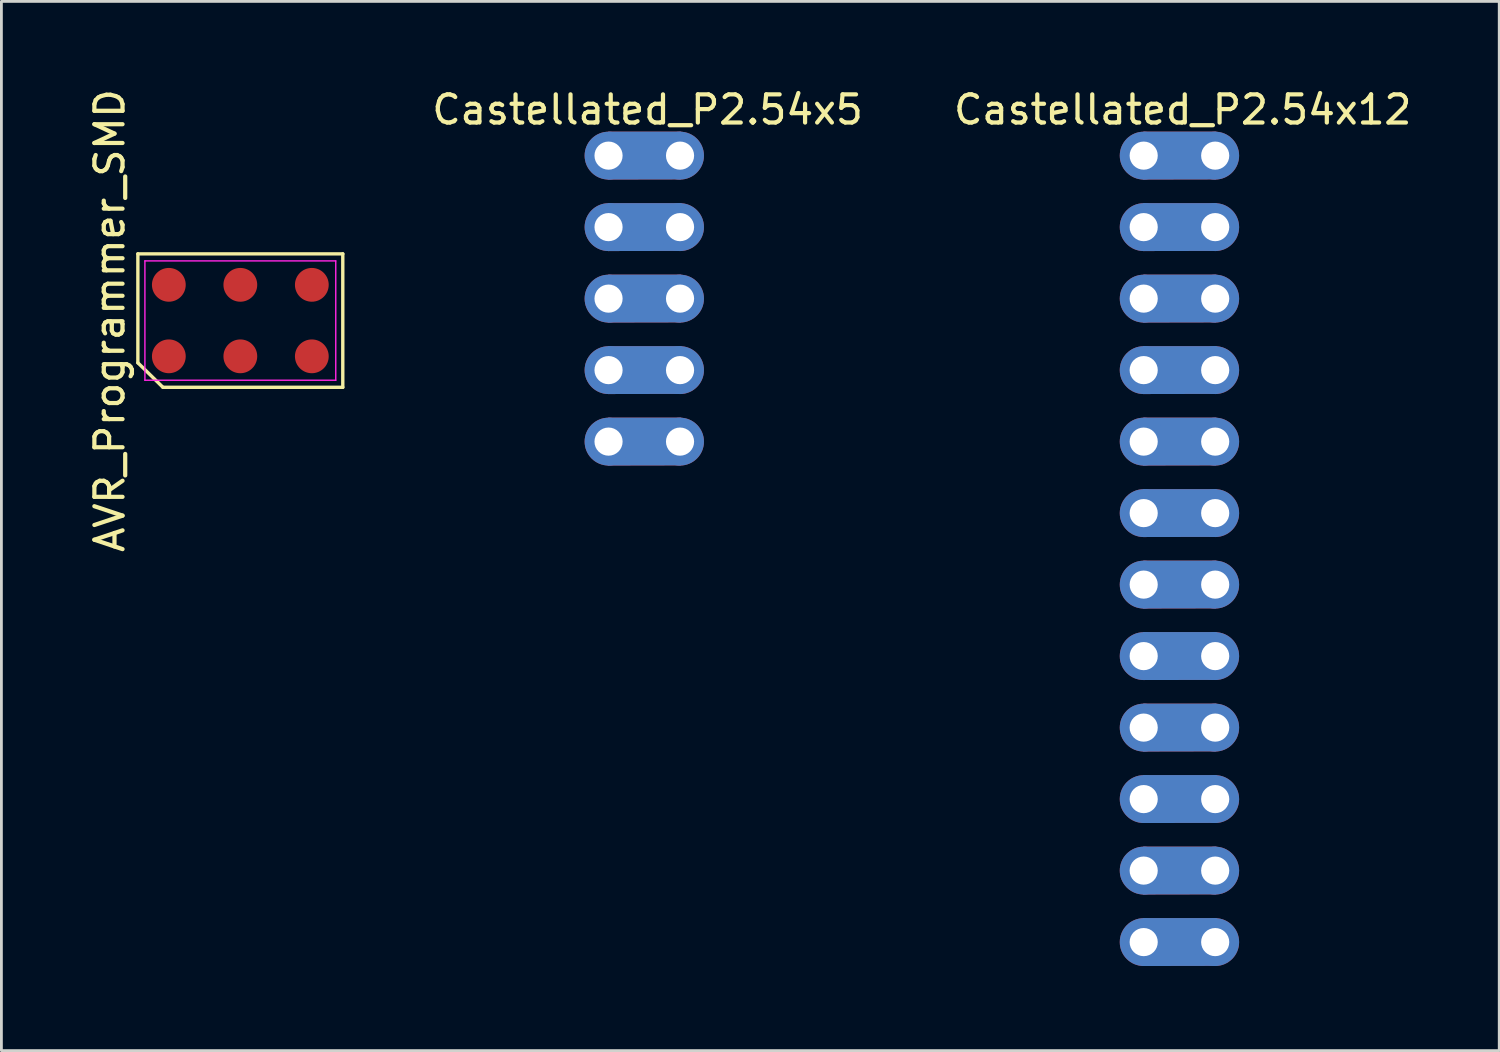
<source format=kicad_pcb>
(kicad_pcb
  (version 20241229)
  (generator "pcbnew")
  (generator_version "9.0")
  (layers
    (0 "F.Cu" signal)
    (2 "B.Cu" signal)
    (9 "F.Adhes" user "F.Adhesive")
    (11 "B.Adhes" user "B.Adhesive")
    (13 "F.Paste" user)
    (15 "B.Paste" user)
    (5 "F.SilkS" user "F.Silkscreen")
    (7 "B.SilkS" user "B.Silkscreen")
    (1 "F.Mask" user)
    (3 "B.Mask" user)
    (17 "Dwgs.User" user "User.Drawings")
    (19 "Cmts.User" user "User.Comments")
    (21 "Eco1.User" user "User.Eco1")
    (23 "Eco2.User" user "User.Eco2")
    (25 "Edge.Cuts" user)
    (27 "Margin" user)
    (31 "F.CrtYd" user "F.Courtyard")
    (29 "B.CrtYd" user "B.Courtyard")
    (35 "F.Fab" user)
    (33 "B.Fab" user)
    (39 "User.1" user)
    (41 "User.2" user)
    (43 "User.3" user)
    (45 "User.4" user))
  (footprint "Castellated_P2.54x5"
    (layer "F.Cu")
    (at 18.569 2.479)
    (property "Reference" "Castellated_P2.54x5" (at 1.387 -1.631 0) (layer "F.SilkS") (effects (font (size 1 1) (thickness 0.15))))
    (attr through_hole)
    (fp_poly (pts (xy 2.548 0.795) (xy -0.003 0.8) (xy 0.01 -0.803) (xy 2.56 -0.803)) (stroke (width 0.1) (type solid)) (fill yes) (layer "F.Cu"))
    (fp_poly (pts (xy 2.548 3.335) (xy -0.003 3.34) (xy 0.01 1.737) (xy 2.56 1.737)) (stroke (width 0.1) (type solid)) (fill yes) (layer "F.Cu"))
    (fp_poly (pts (xy 2.548 5.875) (xy -0.003 5.88) (xy 0.01 4.277) (xy 2.56 4.277)) (stroke (width 0.1) (type solid)) (fill yes) (layer "F.Cu"))
    (fp_poly (pts (xy 2.548 8.415) (xy -0.003 8.42) (xy 0.01 6.817) (xy 2.56 6.817)) (stroke (width 0.1) (type solid)) (fill yes) (layer "F.Cu"))
    (fp_poly (pts (xy 2.548 10.955) (xy -0.003 10.96) (xy 0.01 9.357) (xy 2.56 9.357)) (stroke (width 0.1) (type solid)) (fill yes) (layer "F.Cu"))
    (fp_poly (pts (xy 2.55 0.8) (xy 0 0.805) (xy 0.013 -0.798) (xy 2.563 -0.798)) (stroke (width 0.1) (type solid)) (fill yes) (layer "F.Mask"))
    (fp_poly (pts (xy 2.55 3.34) (xy 0 3.345) (xy 0.013 1.742) (xy 2.563 1.742)) (stroke (width 0.1) (type solid)) (fill yes) (layer "F.Mask"))
    (fp_poly (pts (xy 2.55 5.88) (xy 0 5.885) (xy 0.013 4.282) (xy 2.563 4.282)) (stroke (width 0.1) (type solid)) (fill yes) (layer "F.Mask"))
    (fp_poly (pts (xy 2.55 8.42) (xy 0 8.425) (xy 0.013 6.822) (xy 2.563 6.822)) (stroke (width 0.1) (type solid)) (fill yes) (layer "F.Mask"))
    (fp_poly (pts (xy 2.55 10.96) (xy 0 10.965) (xy 0.013 9.362) (xy 2.563 9.362)) (stroke (width 0.1) (type solid)) (fill yes) (layer "F.Mask"))
    (fp_poly (pts (xy 2.548 0.795) (xy -0.003 0.8) (xy 0.01 -0.803) (xy 2.56 -0.803)) (stroke (width 0.1) (type solid)) (fill yes) (layer "B.Cu"))
    (fp_poly (pts (xy 2.548 3.335) (xy -0.003 3.34) (xy 0.01 1.737) (xy 2.56 1.737)) (stroke (width 0.1) (type solid)) (fill yes) (layer "B.Cu"))
    (fp_poly (pts (xy 2.548 5.875) (xy -0.003 5.88) (xy 0.01 4.277) (xy 2.56 4.277)) (stroke (width 0.1) (type solid)) (fill yes) (layer "B.Cu"))
    (fp_poly (pts (xy 2.548 8.415) (xy -0.003 8.42) (xy 0.01 6.817) (xy 2.56 6.817)) (stroke (width 0.1) (type solid)) (fill yes) (layer "B.Cu"))
    (fp_poly (pts (xy 2.548 10.955) (xy -0.003 10.96) (xy 0.01 9.357) (xy 2.56 9.357)) (stroke (width 0.1) (type solid)) (fill yes) (layer "B.Cu"))
    (fp_poly (pts (xy 2.55 0.8) (xy 0 0.805) (xy 0.013 -0.798) (xy 2.563 -0.798)) (stroke (width 0.1) (type solid)) (fill yes) (layer "B.Mask"))
    (fp_poly (pts (xy 2.55 3.34) (xy 0 3.345) (xy 0.013 1.742) (xy 2.563 1.742)) (stroke (width 0.1) (type solid)) (fill yes) (layer "B.Mask"))
    (fp_poly (pts (xy 2.55 5.88) (xy 0 5.885) (xy 0.013 4.282) (xy 2.563 4.282)) (stroke (width 0.1) (type solid)) (fill yes) (layer "B.Mask"))
    (fp_poly (pts (xy 2.55 8.42) (xy 0 8.425) (xy 0.013 6.822) (xy 2.563 6.822)) (stroke (width 0.1) (type solid)) (fill yes) (layer "B.Mask"))
    (fp_poly (pts (xy 2.55 10.96) (xy 0 10.965) (xy 0.013 9.362) (xy 2.563 9.362)) (stroke (width 0.1) (type solid)) (fill yes) (layer "B.Mask"))
    (pad "1" thru_hole circle (at 0 0) (size 1.7 1.7) (drill 1) (layers "*.Cu" "*.Mask"))
    (pad "1" thru_hole circle (at 2.54 0) (size 1.7 1.7) (drill 1) (layers "*.Cu" "*.Mask"))
    (pad "2" thru_hole circle (at 0 2.54) (size 1.7 1.7) (drill 1) (layers "*.Cu" "*.Mask"))
    (pad "2" thru_hole circle (at 2.54 2.54) (size 1.7 1.7) (drill 1) (layers "*.Cu" "*.Mask"))
    (pad "3" thru_hole circle (at 0 5.08) (size 1.7 1.7) (drill 1) (layers "*.Cu" "*.Mask"))
    (pad "3" thru_hole circle (at 2.54 5.08) (size 1.7 1.7) (drill 1) (layers "*.Cu" "*.Mask"))
    (pad "4" thru_hole circle (at 0 7.62) (size 1.7 1.7) (drill 1) (layers "*.Cu" "*.Mask"))
    (pad "4" thru_hole circle (at 2.54 7.62) (size 1.7 1.7) (drill 1) (layers "*.Cu" "*.Mask"))
    (pad "5" thru_hole circle (at 0 10.16) (size 1.7 1.7) (drill 1) (layers "*.Cu" "*.Mask"))
    (pad "5" thru_hole circle (at 2.54 10.16) (size 1.7 1.7) (drill 1) (layers "*.Cu" "*.Mask")))
  (footprint "AVR_Programmer_SMD"
    (layer "F.Cu")
    (at 5.488 8.339)
    (property "Reference" "AVR_Programmer_SMD" (at -4.64 0 90) (layer "F.SilkS") (effects (font (size 1 1) (thickness 0.15))))
    (attr through_hole)
    (fp_line (start -3.64 -2.37) (end -3.64 1.5) (stroke (width 0.12) (type solid)) (layer "F.SilkS"))
    (fp_line (start -3.64 1.5) (end -2.75 2.37) (stroke (width 0.12) (type solid)) (layer "F.SilkS"))
    (fp_line (start -2.75 2.37) (end 3.64 2.37) (stroke (width 0.12) (type solid)) (layer "F.SilkS"))
    (fp_line (start 3.64 -2.37) (end -3.64 -2.37) (stroke (width 0.12) (type solid)) (layer "F.SilkS"))
    (fp_line (start 3.64 2.37) (end 3.64 -2.37) (stroke (width 0.12) (type solid)) (layer "F.SilkS"))
    (fp_line (start -3.39 -2.12) (end 3.39 -2.12) (stroke (width 0.05) (type solid)) (layer "F.CrtYd"))
    (fp_line (start -3.39 2.12) (end -3.39 -2.12) (stroke (width 0.05) (type solid)) (layer "F.CrtYd"))
    (fp_line (start 3.39 -2.12) (end 3.39 2.12) (stroke (width 0.05) (type solid)) (layer "F.CrtYd"))
    (fp_line (start 3.39 2.12) (end -3.39 2.12) (stroke (width 0.05) (type solid)) (layer "F.CrtYd"))
    (pad "1" smd circle (at -2.54 1.27) (size 1.2 1.2) (layers "F.Cu" "F.Mask"))
    (pad "2" smd circle (at -2.54 -1.27) (size 1.2 1.2) (layers "F.Cu" "F.Mask"))
    (pad "3" smd circle (at 0 1.27) (size 1.2 1.2) (layers "F.Cu" "F.Mask"))
    (pad "4" smd circle (at 0 -1.27) (size 1.2 1.2) (layers "F.Cu" "F.Mask"))
    (pad "5" smd circle (at 2.54 1.27) (size 1.2 1.2) (layers "F.Cu" "F.Mask"))
    (pad "6" smd circle (at 2.54 -1.27) (size 1.2 1.2) (layers "F.Cu" "F.Mask")))
  (footprint "Castellated_P2.54x12"
    (layer "F.Cu")
    (at 37.581 2.479)
    (property "Reference" "Castellated_P2.54x12" (at 1.387 -1.631 0) (layer "F.SilkS") (effects (font (size 1 1) (thickness 0.15))))
    (attr through_hole)
    (fp_poly (pts (xy 2.548 0.795) (xy -0.003 0.8) (xy 0.01 -0.803) (xy 2.56 -0.803)) (stroke (width 0.1) (type solid)) (fill yes) (layer "F.Cu"))
    (fp_poly (pts (xy 2.548 3.335) (xy -0.003 3.34) (xy 0.01 1.737) (xy 2.56 1.737)) (stroke (width 0.1) (type solid)) (fill yes) (layer "F.Cu"))
    (fp_poly (pts (xy 2.548 5.875) (xy -0.003 5.88) (xy 0.01 4.277) (xy 2.56 4.277)) (stroke (width 0.1) (type solid)) (fill yes) (layer "F.Cu"))
    (fp_poly (pts (xy 2.548 8.415) (xy -0.003 8.42) (xy 0.01 6.817) (xy 2.56 6.817)) (stroke (width 0.1) (type solid)) (fill yes) (layer "F.Cu"))
    (fp_poly (pts (xy 2.548 10.955) (xy -0.003 10.96) (xy 0.01 9.357) (xy 2.56 9.357)) (stroke (width 0.1) (type solid)) (fill yes) (layer "F.Cu"))
    (fp_poly (pts (xy 2.548 13.495) (xy -0.003 13.5) (xy 0.01 11.897) (xy 2.56 11.897)) (stroke (width 0.1) (type solid)) (fill yes) (layer "F.Cu"))
    (fp_poly (pts (xy 2.548 16.035) (xy -0.003 16.04) (xy 0.01 14.437) (xy 2.56 14.437)) (stroke (width 0.1) (type solid)) (fill yes) (layer "F.Cu"))
    (fp_poly (pts (xy 2.548 18.575) (xy -0.003 18.58) (xy 0.01 16.977) (xy 2.56 16.977)) (stroke (width 0.1) (type solid)) (fill yes) (layer "F.Cu"))
    (fp_poly (pts (xy 2.548 21.115) (xy -0.003 21.12) (xy 0.01 19.517) (xy 2.56 19.517)) (stroke (width 0.1) (type solid)) (fill yes) (layer "F.Cu"))
    (fp_poly (pts (xy 2.548 23.655) (xy -0.003 23.66) (xy 0.01 22.057) (xy 2.56 22.057)) (stroke (width 0.1) (type solid)) (fill yes) (layer "F.Cu"))
    (fp_poly (pts (xy 2.548 26.195) (xy -0.003 26.2) (xy 0.01 24.597) (xy 2.56 24.597)) (stroke (width 0.1) (type solid)) (fill yes) (layer "F.Cu"))
    (fp_poly (pts (xy 2.548 28.735) (xy -0.003 28.74) (xy 0.01 27.137) (xy 2.56 27.137)) (stroke (width 0.1) (type solid)) (fill yes) (layer "F.Cu"))
    (fp_poly (pts (xy 2.55 0.8) (xy 0 0.805) (xy 0.013 -0.798) (xy 2.563 -0.798)) (stroke (width 0.1) (type solid)) (fill yes) (layer "F.Mask"))
    (fp_poly (pts (xy 2.55 3.34) (xy 0 3.345) (xy 0.013 1.742) (xy 2.563 1.742)) (stroke (width 0.1) (type solid)) (fill yes) (layer "F.Mask"))
    (fp_poly (pts (xy 2.55 5.88) (xy 0 5.885) (xy 0.013 4.282) (xy 2.563 4.282)) (stroke (width 0.1) (type solid)) (fill yes) (layer "F.Mask"))
    (fp_poly (pts (xy 2.55 8.42) (xy 0 8.425) (xy 0.013 6.822) (xy 2.563 6.822)) (stroke (width 0.1) (type solid)) (fill yes) (layer "F.Mask"))
    (fp_poly (pts (xy 2.55 10.96) (xy 0 10.965) (xy 0.013 9.362) (xy 2.563 9.362)) (stroke (width 0.1) (type solid)) (fill yes) (layer "F.Mask"))
    (fp_poly (pts (xy 2.55 13.5) (xy 0 13.505) (xy 0.013 11.902) (xy 2.563 11.902)) (stroke (width 0.1) (type solid)) (fill yes) (layer "F.Mask"))
    (fp_poly (pts (xy 2.55 16.04) (xy 0 16.045) (xy 0.013 14.442) (xy 2.563 14.442)) (stroke (width 0.1) (type solid)) (fill yes) (layer "F.Mask"))
    (fp_poly (pts (xy 2.55 18.58) (xy 0 18.585) (xy 0.013 16.982) (xy 2.563 16.982)) (stroke (width 0.1) (type solid)) (fill yes) (layer "F.Mask"))
    (fp_poly (pts (xy 2.55 21.12) (xy 0 21.125) (xy 0.013 19.522) (xy 2.563 19.522)) (stroke (width 0.1) (type solid)) (fill yes) (layer "F.Mask"))
    (fp_poly (pts (xy 2.55 23.66) (xy 0 23.665) (xy 0.013 22.062) (xy 2.563 22.062)) (stroke (width 0.1) (type solid)) (fill yes) (layer "F.Mask"))
    (fp_poly (pts (xy 2.55 26.2) (xy 0 26.205) (xy 0.013 24.602) (xy 2.563 24.602)) (stroke (width 0.1) (type solid)) (fill yes) (layer "F.Mask"))
    (fp_poly (pts (xy 2.55 28.74) (xy 0 28.745) (xy 0.013 27.142) (xy 2.563 27.142)) (stroke (width 0.1) (type solid)) (fill yes) (layer "F.Mask"))
    (fp_poly (pts (xy 2.548 0.795) (xy -0.003 0.8) (xy 0.01 -0.803) (xy 2.56 -0.803)) (stroke (width 0.1) (type solid)) (fill yes) (layer "B.Cu"))
    (fp_poly (pts (xy 2.548 3.335) (xy -0.003 3.34) (xy 0.01 1.737) (xy 2.56 1.737)) (stroke (width 0.1) (type solid)) (fill yes) (layer "B.Cu"))
    (fp_poly (pts (xy 2.548 5.875) (xy -0.003 5.88) (xy 0.01 4.277) (xy 2.56 4.277)) (stroke (width 0.1) (type solid)) (fill yes) (layer "B.Cu"))
    (fp_poly (pts (xy 2.548 8.415) (xy -0.003 8.42) (xy 0.01 6.817) (xy 2.56 6.817)) (stroke (width 0.1) (type solid)) (fill yes) (layer "B.Cu"))
    (fp_poly (pts (xy 2.548 10.955) (xy -0.003 10.96) (xy 0.01 9.357) (xy 2.56 9.357)) (stroke (width 0.1) (type solid)) (fill yes) (layer "B.Cu"))
    (fp_poly (pts (xy 2.548 13.495) (xy -0.003 13.5) (xy 0.01 11.897) (xy 2.56 11.897)) (stroke (width 0.1) (type solid)) (fill yes) (layer "B.Cu"))
    (fp_poly (pts (xy 2.548 16.035) (xy -0.003 16.04) (xy 0.01 14.437) (xy 2.56 14.437)) (stroke (width 0.1) (type solid)) (fill yes) (layer "B.Cu"))
    (fp_poly (pts (xy 2.548 18.575) (xy -0.003 18.58) (xy 0.01 16.977) (xy 2.56 16.977)) (stroke (width 0.1) (type solid)) (fill yes) (layer "B.Cu"))
    (fp_poly (pts (xy 2.548 21.115) (xy -0.003 21.12) (xy 0.01 19.517) (xy 2.56 19.517)) (stroke (width 0.1) (type solid)) (fill yes) (layer "B.Cu"))
    (fp_poly (pts (xy 2.548 23.655) (xy -0.003 23.66) (xy 0.01 22.057) (xy 2.56 22.057)) (stroke (width 0.1) (type solid)) (fill yes) (layer "B.Cu"))
    (fp_poly (pts (xy 2.548 26.195) (xy -0.003 26.2) (xy 0.01 24.597) (xy 2.56 24.597)) (stroke (width 0.1) (type solid)) (fill yes) (layer "B.Cu"))
    (fp_poly (pts (xy 2.548 28.735) (xy -0.003 28.74) (xy 0.01 27.137) (xy 2.56 27.137)) (stroke (width 0.1) (type solid)) (fill yes) (layer "B.Cu"))
    (fp_poly (pts (xy 2.55 0.8) (xy 0 0.805) (xy 0.013 -0.798) (xy 2.563 -0.798)) (stroke (width 0.1) (type solid)) (fill yes) (layer "B.Mask"))
    (fp_poly (pts (xy 2.55 3.34) (xy 0 3.345) (xy 0.013 1.742) (xy 2.563 1.742)) (stroke (width 0.1) (type solid)) (fill yes) (layer "B.Mask"))
    (fp_poly (pts (xy 2.55 5.88) (xy 0 5.885) (xy 0.013 4.282) (xy 2.563 4.282)) (stroke (width 0.1) (type solid)) (fill yes) (layer "B.Mask"))
    (fp_poly (pts (xy 2.55 8.42) (xy 0 8.425) (xy 0.013 6.822) (xy 2.563 6.822)) (stroke (width 0.1) (type solid)) (fill yes) (layer "B.Mask"))
    (fp_poly (pts (xy 2.55 10.96) (xy 0 10.965) (xy 0.013 9.362) (xy 2.563 9.362)) (stroke (width 0.1) (type solid)) (fill yes) (layer "B.Mask"))
    (fp_poly (pts (xy 2.55 13.5) (xy 0 13.505) (xy 0.013 11.902) (xy 2.563 11.902)) (stroke (width 0.1) (type solid)) (fill yes) (layer "B.Mask"))
    (fp_poly (pts (xy 2.55 16.04) (xy 0 16.045) (xy 0.013 14.442) (xy 2.563 14.442)) (stroke (width 0.1) (type solid)) (fill yes) (layer "B.Mask"))
    (fp_poly (pts (xy 2.55 18.58) (xy 0 18.585) (xy 0.013 16.982) (xy 2.563 16.982)) (stroke (width 0.1) (type solid)) (fill yes) (layer "B.Mask"))
    (fp_poly (pts (xy 2.55 21.12) (xy 0 21.125) (xy 0.013 19.522) (xy 2.563 19.522)) (stroke (width 0.1) (type solid)) (fill yes) (layer "B.Mask"))
    (fp_poly (pts (xy 2.55 23.66) (xy 0 23.665) (xy 0.013 22.062) (xy 2.563 22.062)) (stroke (width 0.1) (type solid)) (fill yes) (layer "B.Mask"))
    (fp_poly (pts (xy 2.55 26.2) (xy 0 26.205) (xy 0.013 24.602) (xy 2.563 24.602)) (stroke (width 0.1) (type solid)) (fill yes) (layer "B.Mask"))
    (fp_poly (pts (xy 2.55 28.74) (xy 0 28.745) (xy 0.013 27.142) (xy 2.563 27.142)) (stroke (width 0.1) (type solid)) (fill yes) (layer "B.Mask"))
    (pad "1" thru_hole circle (at 0 0) (size 1.7 1.7) (drill 1) (layers "*.Cu" "*.Mask"))
    (pad "1" thru_hole circle (at 2.54 0) (size 1.7 1.7) (drill 1) (layers "*.Cu" "*.Mask"))
    (pad "2" thru_hole circle (at 0 2.54) (size 1.7 1.7) (drill 1) (layers "*.Cu" "*.Mask"))
    (pad "2" thru_hole circle (at 2.54 2.54) (size 1.7 1.7) (drill 1) (layers "*.Cu" "*.Mask"))
    (pad "3" thru_hole circle (at 0 5.08) (size 1.7 1.7) (drill 1) (layers "*.Cu" "*.Mask"))
    (pad "3" thru_hole circle (at 2.54 5.08) (size 1.7 1.7) (drill 1) (layers "*.Cu" "*.Mask"))
    (pad "4" thru_hole circle (at 0 7.62) (size 1.7 1.7) (drill 1) (layers "*.Cu" "*.Mask"))
    (pad "4" thru_hole circle (at 2.54 7.62) (size 1.7 1.7) (drill 1) (layers "*.Cu" "*.Mask"))
    (pad "5" thru_hole circle (at 0 10.16) (size 1.7 1.7) (drill 1) (layers "*.Cu" "*.Mask"))
    (pad "5" thru_hole circle (at 2.54 10.16) (size 1.7 1.7) (drill 1) (layers "*.Cu" "*.Mask"))
    (pad "6" thru_hole circle (at 0 12.7) (size 1.7 1.7) (drill 1) (layers "*.Cu" "*.Mask"))
    (pad "6" thru_hole circle (at 2.54 12.7) (size 1.7 1.7) (drill 1) (layers "*.Cu" "*.Mask"))
    (pad "7" thru_hole circle (at 0 15.24) (size 1.7 1.7) (drill 1) (layers "*.Cu" "*.Mask"))
    (pad "7" thru_hole circle (at 2.54 15.24) (size 1.7 1.7) (drill 1) (layers "*.Cu" "*.Mask"))
    (pad "8" thru_hole circle (at 0 17.78) (size 1.7 1.7) (drill 1) (layers "*.Cu" "*.Mask"))
    (pad "8" thru_hole circle (at 2.54 17.78) (size 1.7 1.7) (drill 1) (layers "*.Cu" "*.Mask"))
    (pad "9" thru_hole circle (at 0 20.32) (size 1.7 1.7) (drill 1) (layers "*.Cu" "*.Mask"))
    (pad "9" thru_hole circle (at 2.54 20.32) (size 1.7 1.7) (drill 1) (layers "*.Cu" "*.Mask"))
    (pad "10" thru_hole circle (at 0 22.86) (size 1.7 1.7) (drill 1) (layers "*.Cu" "*.Mask"))
    (pad "10" thru_hole circle (at 2.54 22.86) (size 1.7 1.7) (drill 1) (layers "*.Cu" "*.Mask"))
    (pad "11" thru_hole circle (at 0 25.4) (size 1.7 1.7) (drill 1) (layers "*.Cu" "*.Mask"))
    (pad "11" thru_hole circle (at 2.54 25.4) (size 1.7 1.7) (drill 1) (layers "*.Cu" "*.Mask"))
    (pad "12" thru_hole circle (at 0 27.94) (size 1.7 1.7) (drill 1) (layers "*.Cu" "*.Mask"))
    (pad "12" thru_hole circle (at 2.54 27.94) (size 1.7 1.7) (drill 1) (layers "*.Cu" "*.Mask")))
  (gr_rect
    (start -3 -3)
    (end 50.212 34.274)
    (stroke (width 0.1) (type default))
    (fill no)
    (layer "Edge.Cuts")))
</source>
